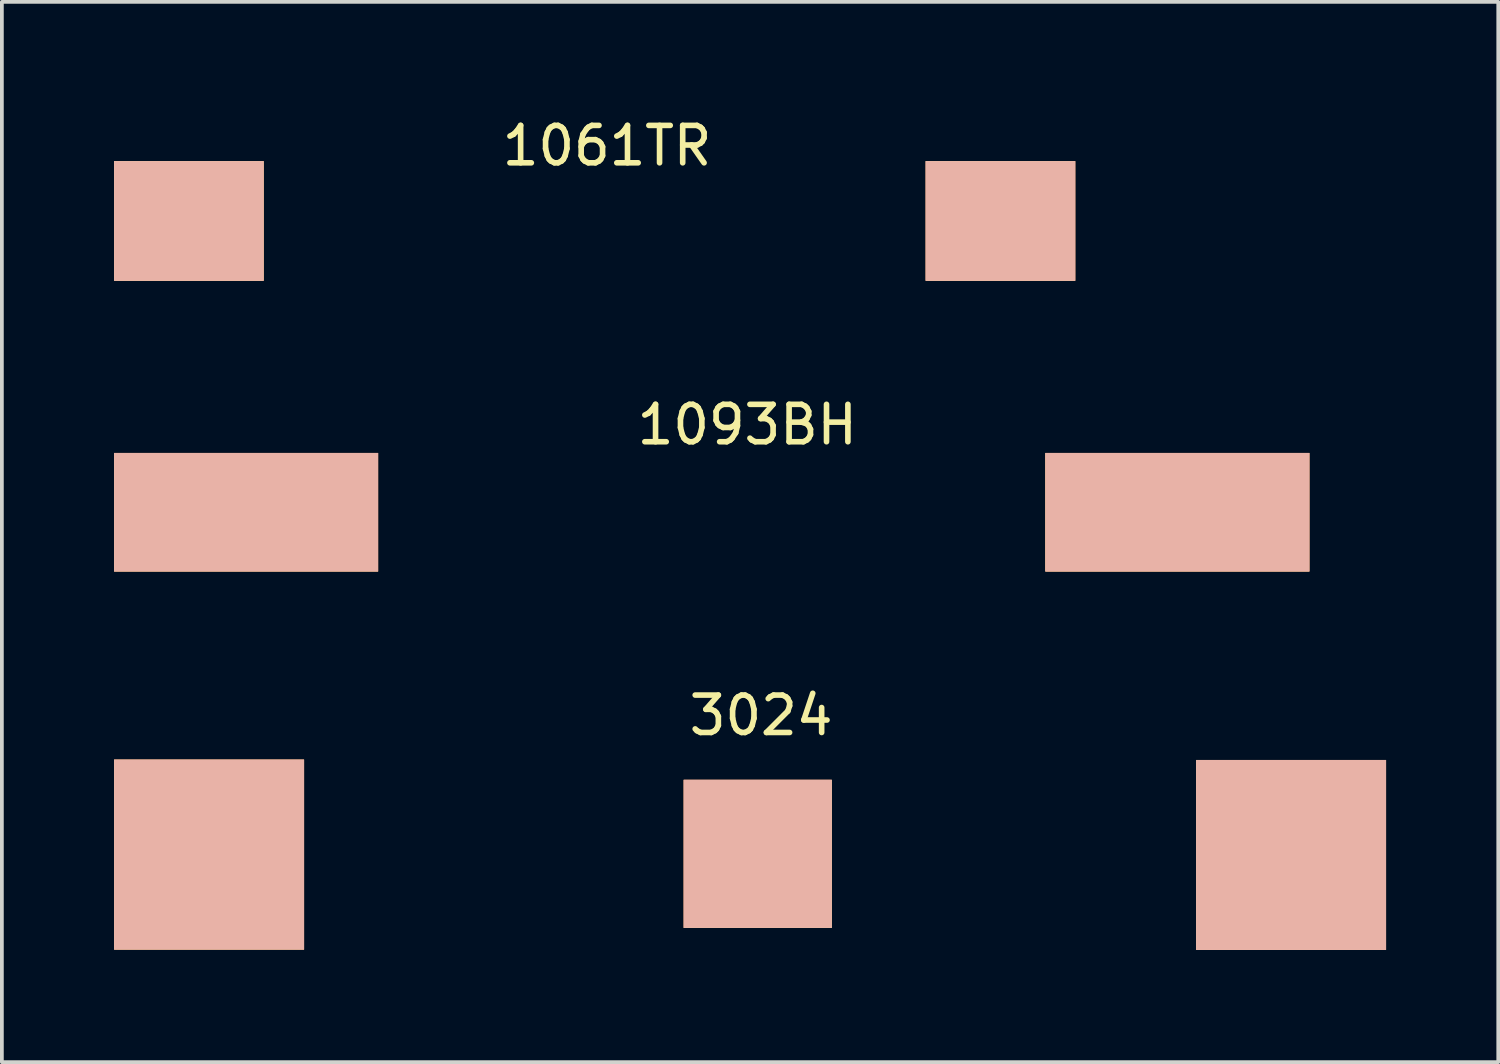
<source format=kicad_pcb>
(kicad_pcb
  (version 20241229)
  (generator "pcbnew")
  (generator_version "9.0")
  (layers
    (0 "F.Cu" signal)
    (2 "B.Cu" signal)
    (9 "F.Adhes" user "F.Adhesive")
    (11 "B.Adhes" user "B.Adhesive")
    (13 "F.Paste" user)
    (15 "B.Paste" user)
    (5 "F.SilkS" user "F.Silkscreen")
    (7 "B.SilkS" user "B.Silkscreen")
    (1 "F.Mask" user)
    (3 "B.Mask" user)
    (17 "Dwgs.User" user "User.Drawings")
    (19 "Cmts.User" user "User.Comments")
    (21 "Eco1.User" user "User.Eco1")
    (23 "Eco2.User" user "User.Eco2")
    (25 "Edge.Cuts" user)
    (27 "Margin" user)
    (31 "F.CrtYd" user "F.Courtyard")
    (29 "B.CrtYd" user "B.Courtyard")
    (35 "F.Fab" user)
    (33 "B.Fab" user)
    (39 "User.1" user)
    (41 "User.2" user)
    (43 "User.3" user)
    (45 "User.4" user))
  (footprint "1093BH"
    (layer "F.Cu")
    (at 16.97 10.656)
    (property "Reference" "1093BH" (at -0.04 -2.35 0) (layer "F.SilkS") (effects (font (size 1 1) (thickness 0.15))))
    (attr through_hole)
    (pad "1" smd rect (at -13.44 -0.01) (size 7.06 3.17) (layers "*.SilkS" "*.Mask" "F.Cu"))
    (pad "2" smd rect (at 11.46 -0.01) (size 7.06 3.17) (layers "*.SilkS" "*.Mask" "F.Cu")))
  (footprint "1061TR"
    (layer "F.Cu")
    (at 12.64 2.858)
    (property "Reference" "1061TR" (at 0.54 -2.01 0) (layer "F.SilkS") (effects (font (size 1 1) (thickness 0.15))))
    (attr through_hole)
    (pad "1" smd rect (at -10.64 0) (size 4 3.2) (layers "*.SilkS" "*.Mask" "F.Cu"))
    (pad "2" smd rect (at 11.06 0) (size 4 3.2) (layers "*.SilkS" "*.Mask" "F.Cu")))
  (footprint "3024"
    (layer "F.Cu")
    (at 17.34 19.79)
    (property "Reference" "3024" (at -0.04 -3.71 0) (layer "F.SilkS") (effects (font (size 1 1) (thickness 0.15))))
    (attr through_hole)
    (pad "" smd rect (at -0.13 -0.01) (size 3.96 3.96) (layers "*.SilkS" "*.Mask" "F.Cu"))
    (pad "1" smd rect (at -14.8 0.01) (size 5.08 5.08) (layers "*.SilkS" "*.Mask" "F.Cu"))
    (pad "2" smd rect (at 14.13 0.02) (size 5.08 5.08) (layers "*.SilkS" "*.Mask" "F.Cu")))
  (gr_rect
    (start -3 -3)
    (end 37.01 25.35)
    (stroke (width 0.1) (type default))
    (fill no)
    (layer "Edge.Cuts")))
</source>
